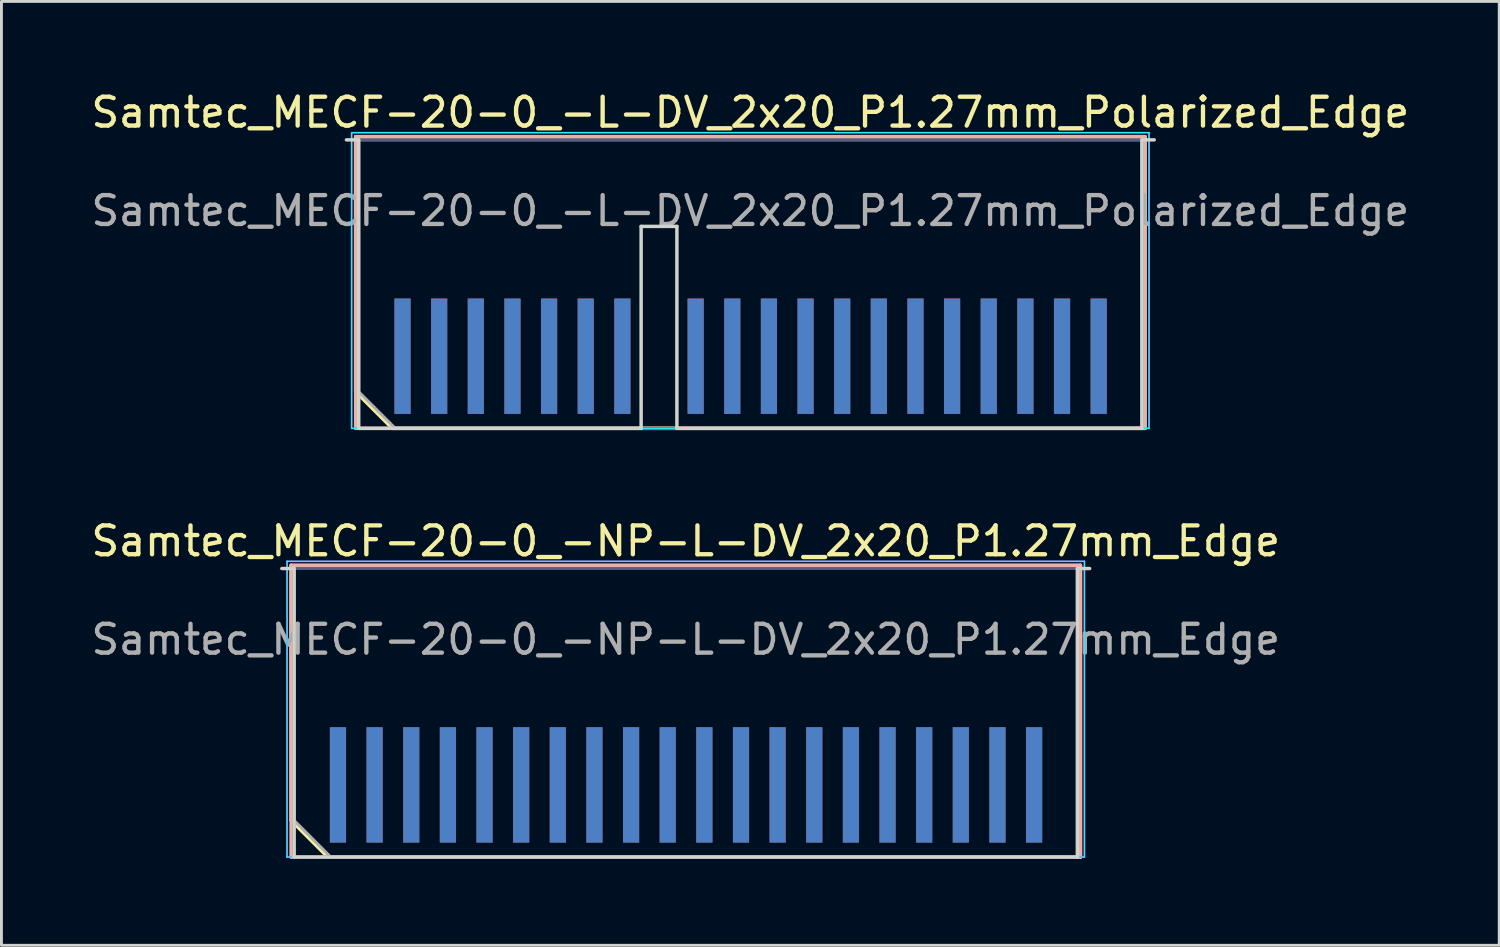
<source format=kicad_pcb>
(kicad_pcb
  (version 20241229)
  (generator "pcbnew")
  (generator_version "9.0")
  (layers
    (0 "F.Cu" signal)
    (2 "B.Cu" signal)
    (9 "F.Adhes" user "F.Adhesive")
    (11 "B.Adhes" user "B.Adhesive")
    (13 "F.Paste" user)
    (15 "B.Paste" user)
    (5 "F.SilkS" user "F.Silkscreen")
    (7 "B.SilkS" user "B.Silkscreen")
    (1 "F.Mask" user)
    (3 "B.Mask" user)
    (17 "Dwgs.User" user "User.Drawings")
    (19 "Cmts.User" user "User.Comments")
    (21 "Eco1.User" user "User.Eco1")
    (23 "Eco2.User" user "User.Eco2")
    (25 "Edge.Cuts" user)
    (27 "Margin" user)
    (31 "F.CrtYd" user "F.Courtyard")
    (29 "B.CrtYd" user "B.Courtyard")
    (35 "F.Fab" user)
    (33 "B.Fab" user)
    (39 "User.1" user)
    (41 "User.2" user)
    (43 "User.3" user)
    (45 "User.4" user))
  (footprint "Samtec_MECF-20-0_-L-DV_2x20_P1.27mm_Polarized_Edge"
    (layer "F.Cu")
    (at 22.958 6.798)
    (property "Reference" "Samtec_MECF-20-0_-L-DV_2x20_P1.27mm_Polarized_Edge" (at 0 -5.95 0) (layer "F.SilkS") (effects (font (size 1 1) (thickness 0.15))))
    (attr exclude_from_pos_files exclude_from_bom)
    (fp_line (start -13.68 -5.11) (end 13.68 -5.11) (stroke (width 0.12) (type solid)) (layer "F.SilkS"))
    (fp_line (start -13.68 3.73) (end -13.68 -5.11) (stroke (width 0.12) (type solid)) (layer "F.SilkS"))
    (fp_line (start -12.41 5) (end -13.68 3.73) (stroke (width 0.12) (type solid)) (layer "F.SilkS"))
    (fp_line (start -12.41 5) (end 13.68 5) (stroke (width 0.12) (type solid)) (layer "F.SilkS"))
    (fp_line (start 13.68 5) (end 13.68 -5.11) (stroke (width 0.12) (type solid)) (layer "F.SilkS"))
    (fp_line (start -13.68 -5.11) (end 13.68 -5.11) (stroke (width 0.12) (type solid)) (layer "B.SilkS"))
    (fp_line (start -13.68 5) (end -13.68 -5.11) (stroke (width 0.12) (type solid)) (layer "B.SilkS"))
    (fp_line (start -13.68 5) (end 13.68 5) (stroke (width 0.12) (type solid)) (layer "B.SilkS"))
    (fp_line (start 13.68 5) (end 13.68 -5.11) (stroke (width 0.12) (type solid)) (layer "B.SilkS"))
    (fp_line (start -14 -5) (end -13.575 -5) (stroke (width 0.12) (type solid)) (layer "Edge.Cuts"))
    (fp_line (start -13.575 5) (end -13.575 -5) (stroke (width 0.12) (type solid)) (layer "Edge.Cuts"))
    (fp_line (start -13.575 5) (end -3.785 5) (stroke (width 0.12) (type solid)) (layer "Edge.Cuts"))
    (fp_line (start -3.785 -2) (end -2.545 -2) (stroke (width 0.12) (type solid)) (layer "Edge.Cuts"))
    (fp_line (start -3.785 5) (end -3.785 -2) (stroke (width 0.12) (type solid)) (layer "Edge.Cuts"))
    (fp_line (start -2.545 5) (end -2.545 -2) (stroke (width 0.12) (type solid)) (layer "Edge.Cuts"))
    (fp_line (start -2.545 5) (end 13.575 5) (stroke (width 0.12) (type solid)) (layer "Edge.Cuts"))
    (fp_line (start 13.575 5) (end 13.575 -5) (stroke (width 0.12) (type solid)) (layer "Edge.Cuts"))
    (fp_line (start 14 -5) (end 13.575 -5) (stroke (width 0.12) (type solid)) (layer "Edge.Cuts"))
    (fp_line (start -13.82 -5.25) (end -13.82 5) (stroke (width 0.05) (type solid)) (layer "B.CrtYd"))
    (fp_line (start -13.82 5) (end 13.82 5) (stroke (width 0.05) (type solid)) (layer "B.CrtYd"))
    (fp_line (start 13.82 -5.25) (end -13.82 -5.25) (stroke (width 0.05) (type solid)) (layer "B.CrtYd"))
    (fp_line (start 13.82 5) (end 13.82 -5.25) (stroke (width 0.05) (type solid)) (layer "B.CrtYd"))
    (fp_line (start -13.82 -5.25) (end -13.82 5) (stroke (width 0.05) (type solid)) (layer "F.CrtYd"))
    (fp_line (start -13.82 5) (end 13.82 5) (stroke (width 0.05) (type solid)) (layer "F.CrtYd"))
    (fp_line (start 13.82 -5.25) (end -13.82 -5.25) (stroke (width 0.05) (type solid)) (layer "F.CrtYd"))
    (fp_line (start 13.82 5) (end 13.82 -5.25) (stroke (width 0.05) (type solid)) (layer "F.CrtYd"))
    (fp_line (start -13.575 -5) (end 13.575 -5) (stroke (width 0.1) (type solid)) (layer "B.Fab"))
    (fp_line (start -13.575 5) (end -13.575 -5) (stroke (width 0.1) (type solid)) (layer "B.Fab"))
    (fp_line (start -13.575 5) (end 13.575 5) (stroke (width 0.1) (type solid)) (layer "B.Fab"))
    (fp_line (start 13.575 5) (end 13.575 -5) (stroke (width 0.1) (type solid)) (layer "B.Fab"))
    (fp_line (start -13.575 -5) (end 13.575 -5) (stroke (width 0.1) (type solid)) (layer "F.Fab"))
    (fp_line (start -13.575 3.73) (end -13.575 -5) (stroke (width 0.1) (type solid)) (layer "F.Fab"))
    (fp_line (start -13.575 3.73) (end -12.305 5) (stroke (width 0.1) (type solid)) (layer "F.Fab"))
    (fp_line (start -12.305 5) (end 13.575 5) (stroke (width 0.1) (type solid)) (layer "F.Fab"))
    (fp_line (start 13.575 5) (end 13.575 -5) (stroke (width 0.1) (type solid)) (layer "F.Fab"))
    (fp_text user "${REFERENCE}" (at 0 -2.54 0) (layer "F.Fab") (effects (font (size 1 1) (thickness 0.15))))
    (pad "1" connect rect (at -12.055 2.5) (size 0.56 4) (layers "F.Cu" "F.Mask"))
    (pad "2" connect rect (at -12.055 2.5) (size 0.56 4) (layers "B.Cu" "B.Mask"))
    (pad "3" connect rect (at -10.785 2.5) (size 0.56 4) (layers "F.Cu" "F.Mask"))
    (pad "4" connect rect (at -10.785 2.5) (size 0.56 4) (layers "B.Cu" "B.Mask"))
    (pad "5" connect rect (at -9.515 2.5) (size 0.56 4) (layers "F.Cu" "F.Mask"))
    (pad "6" connect rect (at -9.515 2.5) (size 0.56 4) (layers "B.Cu" "B.Mask"))
    (pad "7" connect rect (at -8.245 2.5) (size 0.56 4) (layers "F.Cu" "F.Mask"))
    (pad "8" connect rect (at -8.245 2.5) (size 0.56 4) (layers "B.Cu" "B.Mask"))
    (pad "9" connect rect (at -6.975 2.5) (size 0.56 4) (layers "F.Cu" "F.Mask"))
    (pad "10" connect rect (at -6.975 2.5) (size 0.56 4) (layers "B.Cu" "B.Mask"))
    (pad "11" connect rect (at -5.705 2.5) (size 0.56 4) (layers "F.Cu" "F.Mask"))
    (pad "12" connect rect (at -5.705 2.5) (size 0.56 4) (layers "B.Cu" "B.Mask"))
    (pad "13" connect rect (at -4.435 2.5) (size 0.56 4) (layers "F.Cu" "F.Mask"))
    (pad "14" connect rect (at -4.435 2.5) (size 0.56 4) (layers "B.Cu" "B.Mask"))
    (pad "17" connect rect (at -1.895 2.5) (size 0.56 4) (layers "F.Cu" "F.Mask"))
    (pad "18" connect rect (at -1.895 2.5) (size 0.56 4) (layers "B.Cu" "B.Mask"))
    (pad "19" connect rect (at -0.625 2.5) (size 0.56 4) (layers "F.Cu" "F.Mask"))
    (pad "20" connect rect (at -0.625 2.5) (size 0.56 4) (layers "B.Cu" "B.Mask"))
    (pad "21" connect rect (at 0.645 2.5) (size 0.56 4) (layers "F.Cu" "F.Mask"))
    (pad "22" connect rect (at 0.645 2.5) (size 0.56 4) (layers "B.Cu" "B.Mask"))
    (pad "23" connect rect (at 1.915 2.5) (size 0.56 4) (layers "F.Cu" "F.Mask"))
    (pad "24" connect rect (at 1.915 2.5) (size 0.56 4) (layers "B.Cu" "B.Mask"))
    (pad "25" connect rect (at 3.185 2.5) (size 0.56 4) (layers "F.Cu" "F.Mask"))
    (pad "26" connect rect (at 3.185 2.5) (size 0.56 4) (layers "B.Cu" "B.Mask"))
    (pad "27" connect rect (at 4.455 2.5) (size 0.56 4) (layers "F.Cu" "F.Mask"))
    (pad "28" connect rect (at 4.455 2.5) (size 0.56 4) (layers "B.Cu" "B.Mask"))
    (pad "29" connect rect (at 5.725 2.5) (size 0.56 4) (layers "F.Cu" "F.Mask"))
    (pad "30" connect rect (at 5.725 2.5) (size 0.56 4) (layers "B.Cu" "B.Mask"))
    (pad "31" connect rect (at 6.995 2.5) (size 0.56 4) (layers "F.Cu" "F.Mask"))
    (pad "32" connect rect (at 6.995 2.5) (size 0.56 4) (layers "B.Cu" "B.Mask"))
    (pad "33" connect rect (at 8.265 2.5) (size 0.56 4) (layers "F.Cu" "F.Mask"))
    (pad "34" connect rect (at 8.265 2.5) (size 0.56 4) (layers "B.Cu" "B.Mask"))
    (pad "35" connect rect (at 9.535 2.5) (size 0.56 4) (layers "F.Cu" "F.Mask"))
    (pad "36" connect rect (at 9.535 2.5) (size 0.56 4) (layers "B.Cu" "B.Mask"))
    (pad "37" connect rect (at 10.805 2.5) (size 0.56 4) (layers "F.Cu" "F.Mask"))
    (pad "38" connect rect (at 10.805 2.5) (size 0.56 4) (layers "B.Cu" "B.Mask"))
    (pad "39" connect rect (at 12.075 2.5) (size 0.56 4) (layers "F.Cu" "F.Mask"))
    (pad "40" connect rect (at 12.075 2.5) (size 0.56 4) (layers "B.Cu" "B.Mask")))
  (footprint "Samtec_MECF-20-0_-NP-L-DV_2x20_P1.27mm_Edge"
    (layer "F.Cu")
    (at 20.72 21.657)
    (property "Reference" "Samtec_MECF-20-0_-NP-L-DV_2x20_P1.27mm_Edge" (at 0 -5.95 0) (layer "F.SilkS") (effects (font (size 1 1) (thickness 0.15))))
    (attr exclude_from_pos_files exclude_from_bom)
    (fp_line (start -13.68 -5.11) (end 13.68 -5.11) (stroke (width 0.12) (type solid)) (layer "F.SilkS"))
    (fp_line (start -13.68 3.73) (end -13.68 -5.11) (stroke (width 0.12) (type solid)) (layer "F.SilkS"))
    (fp_line (start -12.41 5) (end -13.68 3.73) (stroke (width 0.12) (type solid)) (layer "F.SilkS"))
    (fp_line (start -12.41 5) (end 13.68 5) (stroke (width 0.12) (type solid)) (layer "F.SilkS"))
    (fp_line (start 13.68 5) (end 13.68 -5.11) (stroke (width 0.12) (type solid)) (layer "F.SilkS"))
    (fp_line (start -13.68 -5.11) (end 13.68 -5.11) (stroke (width 0.12) (type solid)) (layer "B.SilkS"))
    (fp_line (start -13.68 5) (end -13.68 -5.11) (stroke (width 0.12) (type solid)) (layer "B.SilkS"))
    (fp_line (start -13.68 5) (end 13.68 5) (stroke (width 0.12) (type solid)) (layer "B.SilkS"))
    (fp_line (start 13.68 5) (end 13.68 -5.11) (stroke (width 0.12) (type solid)) (layer "B.SilkS"))
    (fp_line (start -14 -5) (end -13.575 -5) (stroke (width 0.12) (type solid)) (layer "Edge.Cuts"))
    (fp_line (start -13.575 5) (end -13.575 -5) (stroke (width 0.12) (type solid)) (layer "Edge.Cuts"))
    (fp_line (start -13.575 5) (end 13.575 5) (stroke (width 0.12) (type solid)) (layer "Edge.Cuts"))
    (fp_line (start 13.575 5) (end 13.575 -5) (stroke (width 0.12) (type solid)) (layer "Edge.Cuts"))
    (fp_line (start 14 -5) (end 13.575 -5) (stroke (width 0.12) (type solid)) (layer "Edge.Cuts"))
    (fp_line (start -13.82 -5.25) (end -13.82 5) (stroke (width 0.05) (type solid)) (layer "B.CrtYd"))
    (fp_line (start -13.82 5) (end 13.82 5) (stroke (width 0.05) (type solid)) (layer "B.CrtYd"))
    (fp_line (start 13.82 -5.25) (end -13.82 -5.25) (stroke (width 0.05) (type solid)) (layer "B.CrtYd"))
    (fp_line (start 13.82 5) (end 13.82 -5.25) (stroke (width 0.05) (type solid)) (layer "B.CrtYd"))
    (fp_line (start -13.82 -5.25) (end -13.82 5) (stroke (width 0.05) (type solid)) (layer "F.CrtYd"))
    (fp_line (start -13.82 5) (end 13.82 5) (stroke (width 0.05) (type solid)) (layer "F.CrtYd"))
    (fp_line (start 13.82 -5.25) (end -13.82 -5.25) (stroke (width 0.05) (type solid)) (layer "F.CrtYd"))
    (fp_line (start 13.82 5) (end 13.82 -5.25) (stroke (width 0.05) (type solid)) (layer "F.CrtYd"))
    (fp_line (start -13.575 -5) (end 13.575 -5) (stroke (width 0.1) (type solid)) (layer "B.Fab"))
    (fp_line (start -13.575 5) (end -13.575 -5) (stroke (width 0.1) (type solid)) (layer "B.Fab"))
    (fp_line (start -13.575 5) (end 13.575 5) (stroke (width 0.1) (type solid)) (layer "B.Fab"))
    (fp_line (start 13.575 5) (end 13.575 -5) (stroke (width 0.1) (type solid)) (layer "B.Fab"))
    (fp_line (start -13.575 -5) (end 13.575 -5) (stroke (width 0.1) (type solid)) (layer "F.Fab"))
    (fp_line (start -13.575 3.73) (end -13.575 -5) (stroke (width 0.1) (type solid)) (layer "F.Fab"))
    (fp_line (start -13.575 3.73) (end -12.305 5) (stroke (width 0.1) (type solid)) (layer "F.Fab"))
    (fp_line (start -12.305 5) (end 13.575 5) (stroke (width 0.1) (type solid)) (layer "F.Fab"))
    (fp_line (start 13.575 5) (end 13.575 -5) (stroke (width 0.1) (type solid)) (layer "F.Fab"))
    (fp_text user "${REFERENCE}" (at 0 -2.54 0) (layer "F.Fab") (effects (font (size 1 1) (thickness 0.15))))
    (pad "1" connect rect (at -12.055 2.5) (size 0.56 4) (layers "F.Cu" "F.Mask"))
    (pad "2" connect rect (at -12.055 2.5) (size 0.56 4) (layers "B.Cu" "B.Mask"))
    (pad "3" connect rect (at -10.785 2.5) (size 0.56 4) (layers "F.Cu" "F.Mask"))
    (pad "4" connect rect (at -10.785 2.5) (size 0.56 4) (layers "B.Cu" "B.Mask"))
    (pad "5" connect rect (at -9.515 2.5) (size 0.56 4) (layers "F.Cu" "F.Mask"))
    (pad "6" connect rect (at -9.515 2.5) (size 0.56 4) (layers "B.Cu" "B.Mask"))
    (pad "7" connect rect (at -8.245 2.5) (size 0.56 4) (layers "F.Cu" "F.Mask"))
    (pad "8" connect rect (at -8.245 2.5) (size 0.56 4) (layers "B.Cu" "B.Mask"))
    (pad "9" connect rect (at -6.975 2.5) (size 0.56 4) (layers "F.Cu" "F.Mask"))
    (pad "10" connect rect (at -6.975 2.5) (size 0.56 4) (layers "B.Cu" "B.Mask"))
    (pad "11" connect rect (at -5.705 2.5) (size 0.56 4) (layers "F.Cu" "F.Mask"))
    (pad "12" connect rect (at -5.705 2.5) (size 0.56 4) (layers "B.Cu" "B.Mask"))
    (pad "13" connect rect (at -4.435 2.5) (size 0.56 4) (layers "F.Cu" "F.Mask"))
    (pad "14" connect rect (at -4.435 2.5) (size 0.56 4) (layers "B.Cu" "B.Mask"))
    (pad "15" connect rect (at -3.165 2.5) (size 0.56 4) (layers "F.Cu" "F.Mask"))
    (pad "16" connect rect (at -3.165 2.5) (size 0.56 4) (layers "B.Cu" "B.Mask"))
    (pad "17" connect rect (at -1.895 2.5) (size 0.56 4) (layers "F.Cu" "F.Mask"))
    (pad "18" connect rect (at -1.895 2.5) (size 0.56 4) (layers "B.Cu" "B.Mask"))
    (pad "19" connect rect (at -0.625 2.5) (size 0.56 4) (layers "F.Cu" "F.Mask"))
    (pad "20" connect rect (at -0.625 2.5) (size 0.56 4) (layers "B.Cu" "B.Mask"))
    (pad "21" connect rect (at 0.645 2.5) (size 0.56 4) (layers "F.Cu" "F.Mask"))
    (pad "22" connect rect (at 0.645 2.5) (size 0.56 4) (layers "B.Cu" "B.Mask"))
    (pad "23" connect rect (at 1.915 2.5) (size 0.56 4) (layers "F.Cu" "F.Mask"))
    (pad "24" connect rect (at 1.915 2.5) (size 0.56 4) (layers "B.Cu" "B.Mask"))
    (pad "25" connect rect (at 3.185 2.5) (size 0.56 4) (layers "F.Cu" "F.Mask"))
    (pad "26" connect rect (at 3.185 2.5) (size 0.56 4) (layers "B.Cu" "B.Mask"))
    (pad "27" connect rect (at 4.455 2.5) (size 0.56 4) (layers "F.Cu" "F.Mask"))
    (pad "28" connect rect (at 4.455 2.5) (size 0.56 4) (layers "B.Cu" "B.Mask"))
    (pad "29" connect rect (at 5.725 2.5) (size 0.56 4) (layers "F.Cu" "F.Mask"))
    (pad "30" connect rect (at 5.725 2.5) (size 0.56 4) (layers "B.Cu" "B.Mask"))
    (pad "31" connect rect (at 6.995 2.5) (size 0.56 4) (layers "F.Cu" "F.Mask"))
    (pad "32" connect rect (at 6.995 2.5) (size 0.56 4) (layers "B.Cu" "B.Mask"))
    (pad "33" connect rect (at 8.265 2.5) (size 0.56 4) (layers "F.Cu" "F.Mask"))
    (pad "34" connect rect (at 8.265 2.5) (size 0.56 4) (layers "B.Cu" "B.Mask"))
    (pad "35" connect rect (at 9.535 2.5) (size 0.56 4) (layers "F.Cu" "F.Mask"))
    (pad "36" connect rect (at 9.535 2.5) (size 0.56 4) (layers "B.Cu" "B.Mask"))
    (pad "37" connect rect (at 10.805 2.5) (size 0.56 4) (layers "F.Cu" "F.Mask"))
    (pad "38" connect rect (at 10.805 2.5) (size 0.56 4) (layers "B.Cu" "B.Mask"))
    (pad "39" connect rect (at 12.075 2.5) (size 0.56 4) (layers "F.Cu" "F.Mask"))
    (pad "40" connect rect (at 12.075 2.5) (size 0.56 4) (layers "B.Cu" "B.Mask")))
  (gr_rect
    (start -3 -3)
    (end 48.917 29.716)
    (stroke (width 0.1) (type default))
    (fill no)
    (layer "Edge.Cuts")))
</source>
